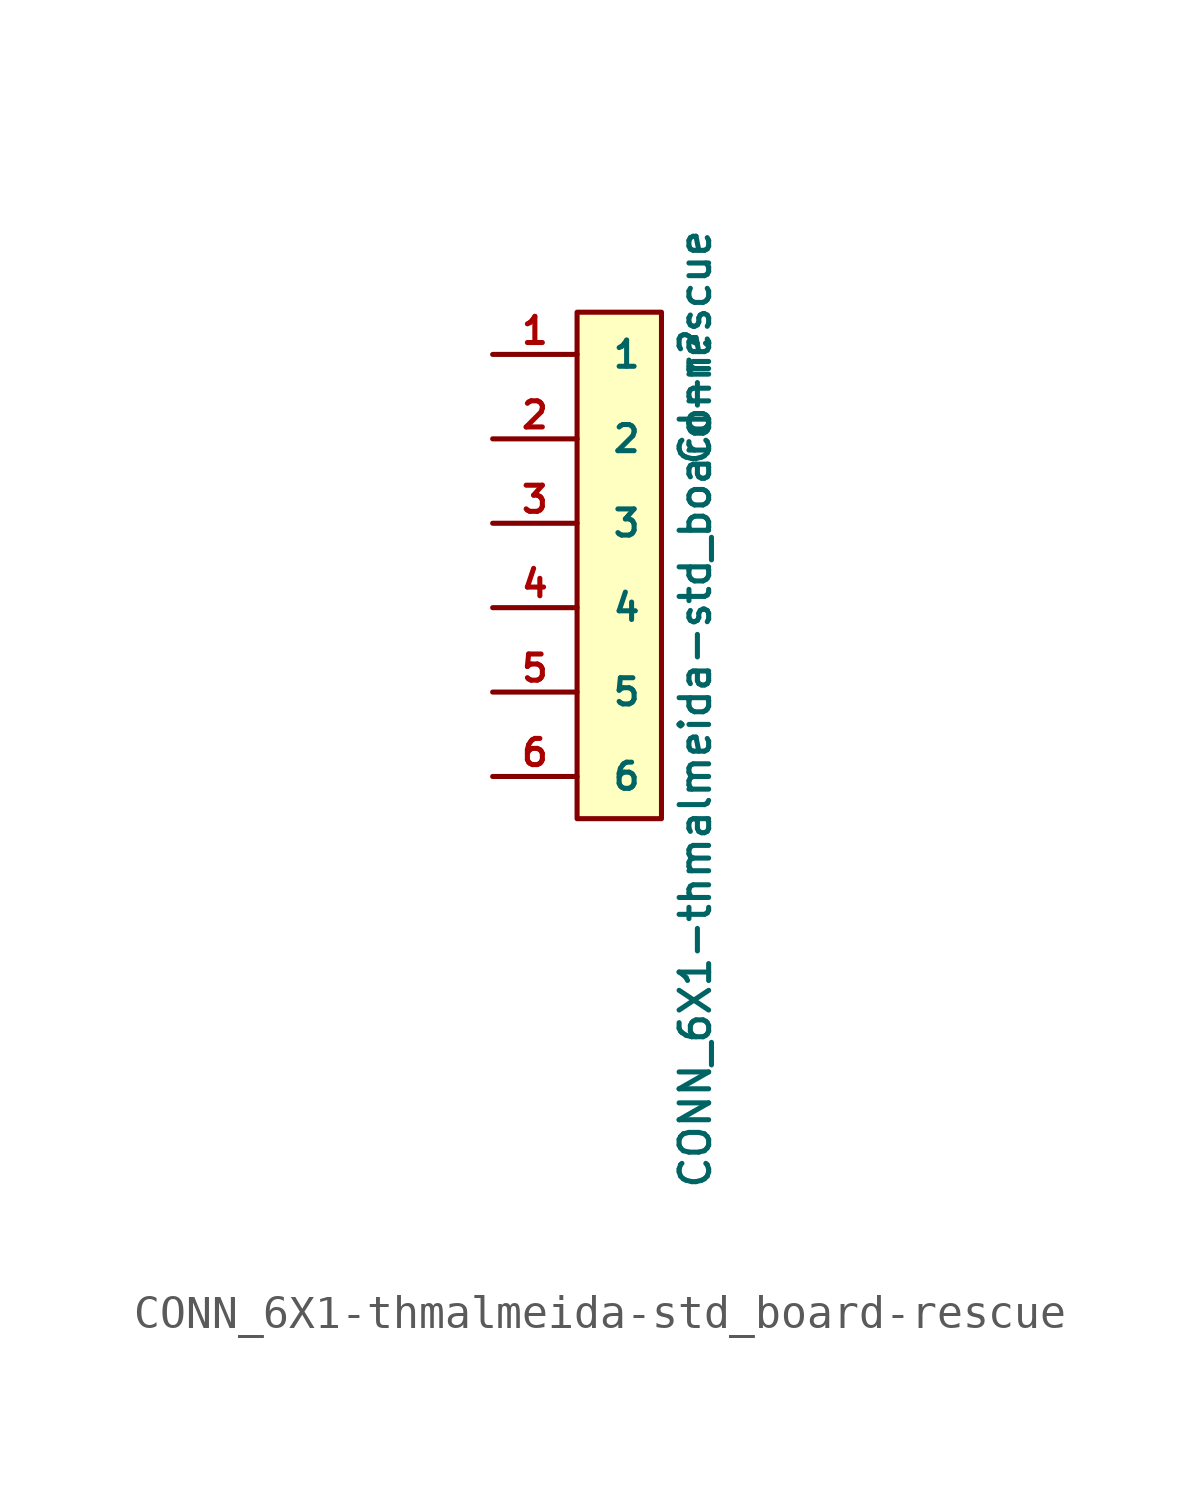
<source format=kicad_sym>
(kicad_symbol_lib
  (version 20211014)
  (generator kicad_symbol_editor)
  (symbol "CONN_6X1-thmalmeida-std_board-rescue"
    (pin_names
      (offset 1.016))
    (property "Reference" "Conn"
      (at 2.286 5.08 90)
      (effects (font (size 0.889 0.889))))
    (property "Value" "CONN_6X1-thmalmeida-std_board-rescue"
      (at 2.286 -4.318 90)
      (effects (font (size 0.889 0.889))))
    (property "Datasheet" ""
      (at 1.27 1.27 0)
      (effects (font (size 1.524 1.524))))
    (symbol "CONN_6X1-thmalmeida-std_board-rescue_0_1"
      (rectangle (start -1.27 7.62) (end 1.27 -7.62) (stroke (width 0) (type default) (color 0 0 0 0)) (fill (type background))))
    (symbol "CONN_6X1-thmalmeida-std_board-rescue_1_1"
      (pin passive line (at -3.81 6.35 0) (length 2.54) (name "1" (effects (font (size 0.787 0.787)))) (number "1" (effects (font (size 0.787 0.787)))))
      (pin passive line (at -3.81 3.81 0) (length 2.54) (name "2" (effects (font (size 0.787 0.787)))) (number "2" (effects (font (size 0.787 0.787)))))
      (pin passive line (at -3.81 1.27 0) (length 2.54) (name "3" (effects (font (size 0.787 0.787)))) (number "3" (effects (font (size 0.787 0.787)))))
      (pin passive line (at -3.81 -1.27 0) (length 2.54) (name "4" (effects (font (size 0.787 0.787)))) (number "4" (effects (font (size 0.787 0.787)))))
      (pin bidirectional line (at -3.81 -3.81 0) (length 2.54) (name "5" (effects (font (size 0.787 0.787)))) (number "5" (effects (font (size 0.787 0.787)))))
      (pin passive line (at -3.81 -6.35 0) (length 2.54) (name "6" (effects (font (size 0.787 0.787)))) (number "6" (effects (font (size 0.787 0.787))))))))
</source>
